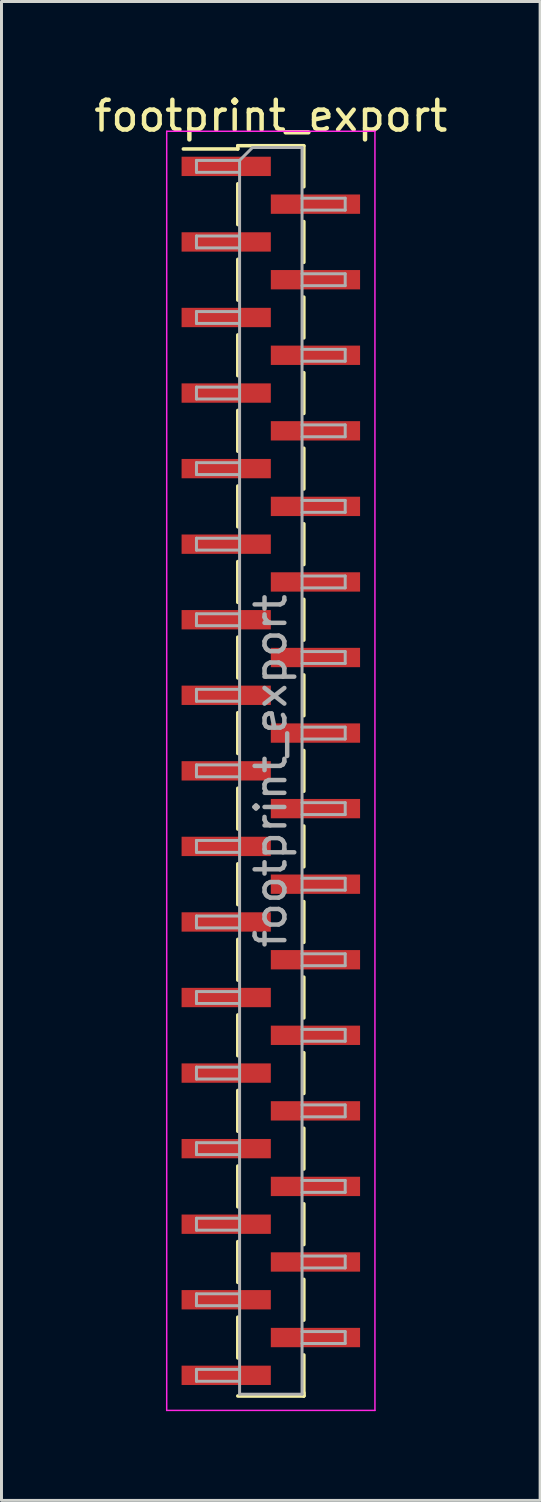
<source format=kicad_pcb>
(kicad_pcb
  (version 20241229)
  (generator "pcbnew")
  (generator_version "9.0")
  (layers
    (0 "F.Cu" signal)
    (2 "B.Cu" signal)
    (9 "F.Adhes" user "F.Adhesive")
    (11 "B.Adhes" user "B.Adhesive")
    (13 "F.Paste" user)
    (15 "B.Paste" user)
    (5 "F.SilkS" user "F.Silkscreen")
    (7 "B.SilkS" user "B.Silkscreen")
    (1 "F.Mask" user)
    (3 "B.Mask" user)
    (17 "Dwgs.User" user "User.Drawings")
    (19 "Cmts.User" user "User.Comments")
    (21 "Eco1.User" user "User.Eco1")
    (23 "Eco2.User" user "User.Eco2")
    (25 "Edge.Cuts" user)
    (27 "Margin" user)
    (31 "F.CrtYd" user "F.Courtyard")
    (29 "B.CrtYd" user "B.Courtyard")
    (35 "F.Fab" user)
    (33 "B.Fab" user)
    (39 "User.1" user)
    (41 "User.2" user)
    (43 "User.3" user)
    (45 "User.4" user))
  (footprint "footprint_export"
    (layer "F.Cu")
    (at 6.054 22.863)
    (property "Reference" "footprint_export" (at 0 -22.015 0) (layer "F.SilkS") (effects (font (size 1 1) (thickness 0.15))))
    (attr smd)
    (fp_line (start -1.11 -21.015) (end -1.11 -20.905) (stroke (width 0.12) (type solid)) (layer "F.SilkS"))
    (fp_line (start -1.11 -21.015) (end 1.11 -21.015) (stroke (width 0.12) (type solid)) (layer "F.SilkS"))
    (fp_line (start -1.11 -20.905) (end -2.94 -20.905) (stroke (width 0.12) (type solid)) (layer "F.SilkS"))
    (fp_line (start -1.11 -19.735) (end -1.11 -18.365) (stroke (width 0.12) (type solid)) (layer "F.SilkS"))
    (fp_line (start -1.11 -17.195) (end -1.11 -15.825) (stroke (width 0.12) (type solid)) (layer "F.SilkS"))
    (fp_line (start -1.11 -14.655) (end -1.11 -13.285) (stroke (width 0.12) (type solid)) (layer "F.SilkS"))
    (fp_line (start -1.11 -12.115) (end -1.11 -10.745) (stroke (width 0.12) (type solid)) (layer "F.SilkS"))
    (fp_line (start -1.11 -9.575) (end -1.11 -8.205) (stroke (width 0.12) (type solid)) (layer "F.SilkS"))
    (fp_line (start -1.11 -7.035) (end -1.11 -5.665) (stroke (width 0.12) (type solid)) (layer "F.SilkS"))
    (fp_line (start -1.11 -4.495) (end -1.11 -3.125) (stroke (width 0.12) (type solid)) (layer "F.SilkS"))
    (fp_line (start -1.11 -1.955) (end -1.11 -0.585) (stroke (width 0.12) (type solid)) (layer "F.SilkS"))
    (fp_line (start -1.11 0.585) (end -1.11 1.955) (stroke (width 0.12) (type solid)) (layer "F.SilkS"))
    (fp_line (start -1.11 3.125) (end -1.11 4.495) (stroke (width 0.12) (type solid)) (layer "F.SilkS"))
    (fp_line (start -1.11 5.665) (end -1.11 7.035) (stroke (width 0.12) (type solid)) (layer "F.SilkS"))
    (fp_line (start -1.11 8.205) (end -1.11 9.575) (stroke (width 0.12) (type solid)) (layer "F.SilkS"))
    (fp_line (start -1.11 10.745) (end -1.11 12.115) (stroke (width 0.12) (type solid)) (layer "F.SilkS"))
    (fp_line (start -1.11 13.285) (end -1.11 14.655) (stroke (width 0.12) (type solid)) (layer "F.SilkS"))
    (fp_line (start -1.11 15.825) (end -1.11 17.195) (stroke (width 0.12) (type solid)) (layer "F.SilkS"))
    (fp_line (start -1.11 18.365) (end -1.11 19.735) (stroke (width 0.12) (type solid)) (layer "F.SilkS"))
    (fp_line (start -1.11 21.015) (end 1.11 21.015) (stroke (width 0.12) (type solid)) (layer "F.SilkS"))
    (fp_line (start 1.11 -21.005) (end 1.11 -19.635) (stroke (width 0.12) (type solid)) (layer "F.SilkS"))
    (fp_line (start 1.11 -18.465) (end 1.11 -17.095) (stroke (width 0.12) (type solid)) (layer "F.SilkS"))
    (fp_line (start 1.11 -15.925) (end 1.11 -14.555) (stroke (width 0.12) (type solid)) (layer "F.SilkS"))
    (fp_line (start 1.11 -13.385) (end 1.11 -12.015) (stroke (width 0.12) (type solid)) (layer "F.SilkS"))
    (fp_line (start 1.11 -10.845) (end 1.11 -9.475) (stroke (width 0.12) (type solid)) (layer "F.SilkS"))
    (fp_line (start 1.11 -8.305) (end 1.11 -6.935) (stroke (width 0.12) (type solid)) (layer "F.SilkS"))
    (fp_line (start 1.11 -5.765) (end 1.11 -4.395) (stroke (width 0.12) (type solid)) (layer "F.SilkS"))
    (fp_line (start 1.11 -3.225) (end 1.11 -1.855) (stroke (width 0.12) (type solid)) (layer "F.SilkS"))
    (fp_line (start 1.11 -0.685) (end 1.11 0.685) (stroke (width 0.12) (type solid)) (layer "F.SilkS"))
    (fp_line (start 1.11 1.855) (end 1.11 3.225) (stroke (width 0.12) (type solid)) (layer "F.SilkS"))
    (fp_line (start 1.11 4.395) (end 1.11 5.765) (stroke (width 0.12) (type solid)) (layer "F.SilkS"))
    (fp_line (start 1.11 6.935) (end 1.11 8.305) (stroke (width 0.12) (type solid)) (layer "F.SilkS"))
    (fp_line (start 1.11 9.475) (end 1.11 10.845) (stroke (width 0.12) (type solid)) (layer "F.SilkS"))
    (fp_line (start 1.11 12.015) (end 1.11 13.385) (stroke (width 0.12) (type solid)) (layer "F.SilkS"))
    (fp_line (start 1.11 14.555) (end 1.11 15.925) (stroke (width 0.12) (type solid)) (layer "F.SilkS"))
    (fp_line (start 1.11 17.095) (end 1.11 18.465) (stroke (width 0.12) (type solid)) (layer "F.SilkS"))
    (fp_line (start 1.11 19.635) (end 1.11 21.005) (stroke (width 0.12) (type solid)) (layer "F.SilkS"))
    (fp_line (start 1.11 20.905) (end 1.11 21.015) (stroke (width 0.12) (type solid)) (layer "F.SilkS"))
    (fp_line (start -3.5 -21.5) (end -3.5 21.5) (stroke (width 0.05) (type solid)) (layer "F.CrtYd"))
    (fp_line (start -3.5 21.5) (end 3.5 21.5) (stroke (width 0.05) (type solid)) (layer "F.CrtYd"))
    (fp_line (start 3.5 -21.5) (end -3.5 -21.5) (stroke (width 0.05) (type solid)) (layer "F.CrtYd"))
    (fp_line (start 3.5 21.5) (end 3.5 -21.5) (stroke (width 0.05) (type solid)) (layer "F.CrtYd"))
    (fp_line (start -2.5 -20.52) (end -2.5 -20.12) (stroke (width 0.1) (type solid)) (layer "F.Fab"))
    (fp_line (start -2.5 -20.12) (end -1.05 -20.12) (stroke (width 0.1) (type solid)) (layer "F.Fab"))
    (fp_line (start -2.5 -17.98) (end -2.5 -17.58) (stroke (width 0.1) (type solid)) (layer "F.Fab"))
    (fp_line (start -2.5 -17.58) (end -1.05 -17.58) (stroke (width 0.1) (type solid)) (layer "F.Fab"))
    (fp_line (start -2.5 -15.44) (end -2.5 -15.04) (stroke (width 0.1) (type solid)) (layer "F.Fab"))
    (fp_line (start -2.5 -15.04) (end -1.05 -15.04) (stroke (width 0.1) (type solid)) (layer "F.Fab"))
    (fp_line (start -2.5 -12.9) (end -2.5 -12.5) (stroke (width 0.1) (type solid)) (layer "F.Fab"))
    (fp_line (start -2.5 -12.5) (end -1.05 -12.5) (stroke (width 0.1) (type solid)) (layer "F.Fab"))
    (fp_line (start -2.5 -10.36) (end -2.5 -9.96) (stroke (width 0.1) (type solid)) (layer "F.Fab"))
    (fp_line (start -2.5 -9.96) (end -1.05 -9.96) (stroke (width 0.1) (type solid)) (layer "F.Fab"))
    (fp_line (start -2.5 -7.82) (end -2.5 -7.42) (stroke (width 0.1) (type solid)) (layer "F.Fab"))
    (fp_line (start -2.5 -7.42) (end -1.05 -7.42) (stroke (width 0.1) (type solid)) (layer "F.Fab"))
    (fp_line (start -2.5 -5.28) (end -2.5 -4.88) (stroke (width 0.1) (type solid)) (layer "F.Fab"))
    (fp_line (start -2.5 -4.88) (end -1.05 -4.88) (stroke (width 0.1) (type solid)) (layer "F.Fab"))
    (fp_line (start -2.5 -2.74) (end -2.5 -2.34) (stroke (width 0.1) (type solid)) (layer "F.Fab"))
    (fp_line (start -2.5 -2.34) (end -1.05 -2.34) (stroke (width 0.1) (type solid)) (layer "F.Fab"))
    (fp_line (start -2.5 -0.2) (end -2.5 0.2) (stroke (width 0.1) (type solid)) (layer "F.Fab"))
    (fp_line (start -2.5 0.2) (end -1.05 0.2) (stroke (width 0.1) (type solid)) (layer "F.Fab"))
    (fp_line (start -2.5 2.34) (end -2.5 2.74) (stroke (width 0.1) (type solid)) (layer "F.Fab"))
    (fp_line (start -2.5 2.74) (end -1.05 2.74) (stroke (width 0.1) (type solid)) (layer "F.Fab"))
    (fp_line (start -2.5 4.88) (end -2.5 5.28) (stroke (width 0.1) (type solid)) (layer "F.Fab"))
    (fp_line (start -2.5 5.28) (end -1.05 5.28) (stroke (width 0.1) (type solid)) (layer "F.Fab"))
    (fp_line (start -2.5 7.42) (end -2.5 7.82) (stroke (width 0.1) (type solid)) (layer "F.Fab"))
    (fp_line (start -2.5 7.82) (end -1.05 7.82) (stroke (width 0.1) (type solid)) (layer "F.Fab"))
    (fp_line (start -2.5 9.96) (end -2.5 10.36) (stroke (width 0.1) (type solid)) (layer "F.Fab"))
    (fp_line (start -2.5 10.36) (end -1.05 10.36) (stroke (width 0.1) (type solid)) (layer "F.Fab"))
    (fp_line (start -2.5 12.5) (end -2.5 12.9) (stroke (width 0.1) (type solid)) (layer "F.Fab"))
    (fp_line (start -2.5 12.9) (end -1.05 12.9) (stroke (width 0.1) (type solid)) (layer "F.Fab"))
    (fp_line (start -2.5 15.04) (end -2.5 15.44) (stroke (width 0.1) (type solid)) (layer "F.Fab"))
    (fp_line (start -2.5 15.44) (end -1.05 15.44) (stroke (width 0.1) (type solid)) (layer "F.Fab"))
    (fp_line (start -2.5 17.58) (end -2.5 17.98) (stroke (width 0.1) (type solid)) (layer "F.Fab"))
    (fp_line (start -2.5 17.98) (end -1.05 17.98) (stroke (width 0.1) (type solid)) (layer "F.Fab"))
    (fp_line (start -2.5 20.12) (end -2.5 20.52) (stroke (width 0.1) (type solid)) (layer "F.Fab"))
    (fp_line (start -2.5 20.52) (end -1.05 20.52) (stroke (width 0.1) (type solid)) (layer "F.Fab"))
    (fp_line (start -1.05 -20.52) (end -2.5 -20.52) (stroke (width 0.1) (type solid)) (layer "F.Fab"))
    (fp_line (start -1.05 -20.52) (end -0.615 -20.955) (stroke (width 0.1) (type solid)) (layer "F.Fab"))
    (fp_line (start -1.05 -17.98) (end -2.5 -17.98) (stroke (width 0.1) (type solid)) (layer "F.Fab"))
    (fp_line (start -1.05 -15.44) (end -2.5 -15.44) (stroke (width 0.1) (type solid)) (layer "F.Fab"))
    (fp_line (start -1.05 -12.9) (end -2.5 -12.9) (stroke (width 0.1) (type solid)) (layer "F.Fab"))
    (fp_line (start -1.05 -10.36) (end -2.5 -10.36) (stroke (width 0.1) (type solid)) (layer "F.Fab"))
    (fp_line (start -1.05 -7.82) (end -2.5 -7.82) (stroke (width 0.1) (type solid)) (layer "F.Fab"))
    (fp_line (start -1.05 -5.28) (end -2.5 -5.28) (stroke (width 0.1) (type solid)) (layer "F.Fab"))
    (fp_line (start -1.05 -2.74) (end -2.5 -2.74) (stroke (width 0.1) (type solid)) (layer "F.Fab"))
    (fp_line (start -1.05 -0.2) (end -2.5 -0.2) (stroke (width 0.1) (type solid)) (layer "F.Fab"))
    (fp_line (start -1.05 2.34) (end -2.5 2.34) (stroke (width 0.1) (type solid)) (layer "F.Fab"))
    (fp_line (start -1.05 4.88) (end -2.5 4.88) (stroke (width 0.1) (type solid)) (layer "F.Fab"))
    (fp_line (start -1.05 7.42) (end -2.5 7.42) (stroke (width 0.1) (type solid)) (layer "F.Fab"))
    (fp_line (start -1.05 9.96) (end -2.5 9.96) (stroke (width 0.1) (type solid)) (layer "F.Fab"))
    (fp_line (start -1.05 12.5) (end -2.5 12.5) (stroke (width 0.1) (type solid)) (layer "F.Fab"))
    (fp_line (start -1.05 15.04) (end -2.5 15.04) (stroke (width 0.1) (type solid)) (layer "F.Fab"))
    (fp_line (start -1.05 17.58) (end -2.5 17.58) (stroke (width 0.1) (type solid)) (layer "F.Fab"))
    (fp_line (start -1.05 20.12) (end -2.5 20.12) (stroke (width 0.1) (type solid)) (layer "F.Fab"))
    (fp_line (start -1.05 20.955) (end -1.05 -20.52) (stroke (width 0.1) (type solid)) (layer "F.Fab"))
    (fp_line (start -0.615 -20.955) (end 1.05 -20.955) (stroke (width 0.1) (type solid)) (layer "F.Fab"))
    (fp_line (start 1.05 -20.955) (end 1.05 20.955) (stroke (width 0.1) (type solid)) (layer "F.Fab"))
    (fp_line (start 1.05 -19.25) (end 2.5 -19.25) (stroke (width 0.1) (type solid)) (layer "F.Fab"))
    (fp_line (start 1.05 -16.71) (end 2.5 -16.71) (stroke (width 0.1) (type solid)) (layer "F.Fab"))
    (fp_line (start 1.05 -14.17) (end 2.5 -14.17) (stroke (width 0.1) (type solid)) (layer "F.Fab"))
    (fp_line (start 1.05 -11.63) (end 2.5 -11.63) (stroke (width 0.1) (type solid)) (layer "F.Fab"))
    (fp_line (start 1.05 -9.09) (end 2.5 -9.09) (stroke (width 0.1) (type solid)) (layer "F.Fab"))
    (fp_line (start 1.05 -6.55) (end 2.5 -6.55) (stroke (width 0.1) (type solid)) (layer "F.Fab"))
    (fp_line (start 1.05 -4.01) (end 2.5 -4.01) (stroke (width 0.1) (type solid)) (layer "F.Fab"))
    (fp_line (start 1.05 -1.47) (end 2.5 -1.47) (stroke (width 0.1) (type solid)) (layer "F.Fab"))
    (fp_line (start 1.05 1.07) (end 2.5 1.07) (stroke (width 0.1) (type solid)) (layer "F.Fab"))
    (fp_line (start 1.05 3.61) (end 2.5 3.61) (stroke (width 0.1) (type solid)) (layer "F.Fab"))
    (fp_line (start 1.05 6.15) (end 2.5 6.15) (stroke (width 0.1) (type solid)) (layer "F.Fab"))
    (fp_line (start 1.05 8.69) (end 2.5 8.69) (stroke (width 0.1) (type solid)) (layer "F.Fab"))
    (fp_line (start 1.05 11.23) (end 2.5 11.23) (stroke (width 0.1) (type solid)) (layer "F.Fab"))
    (fp_line (start 1.05 13.77) (end 2.5 13.77) (stroke (width 0.1) (type solid)) (layer "F.Fab"))
    (fp_line (start 1.05 16.31) (end 2.5 16.31) (stroke (width 0.1) (type solid)) (layer "F.Fab"))
    (fp_line (start 1.05 18.85) (end 2.5 18.85) (stroke (width 0.1) (type solid)) (layer "F.Fab"))
    (fp_line (start 1.05 20.955) (end -1.05 20.955) (stroke (width 0.1) (type solid)) (layer "F.Fab"))
    (fp_line (start 2.5 -19.25) (end 2.5 -18.85) (stroke (width 0.1) (type solid)) (layer "F.Fab"))
    (fp_line (start 2.5 -18.85) (end 1.05 -18.85) (stroke (width 0.1) (type solid)) (layer "F.Fab"))
    (fp_line (start 2.5 -16.71) (end 2.5 -16.31) (stroke (width 0.1) (type solid)) (layer "F.Fab"))
    (fp_line (start 2.5 -16.31) (end 1.05 -16.31) (stroke (width 0.1) (type solid)) (layer "F.Fab"))
    (fp_line (start 2.5 -14.17) (end 2.5 -13.77) (stroke (width 0.1) (type solid)) (layer "F.Fab"))
    (fp_line (start 2.5 -13.77) (end 1.05 -13.77) (stroke (width 0.1) (type solid)) (layer "F.Fab"))
    (fp_line (start 2.5 -11.63) (end 2.5 -11.23) (stroke (width 0.1) (type solid)) (layer "F.Fab"))
    (fp_line (start 2.5 -11.23) (end 1.05 -11.23) (stroke (width 0.1) (type solid)) (layer "F.Fab"))
    (fp_line (start 2.5 -9.09) (end 2.5 -8.69) (stroke (width 0.1) (type solid)) (layer "F.Fab"))
    (fp_line (start 2.5 -8.69) (end 1.05 -8.69) (stroke (width 0.1) (type solid)) (layer "F.Fab"))
    (fp_line (start 2.5 -6.55) (end 2.5 -6.15) (stroke (width 0.1) (type solid)) (layer "F.Fab"))
    (fp_line (start 2.5 -6.15) (end 1.05 -6.15) (stroke (width 0.1) (type solid)) (layer "F.Fab"))
    (fp_line (start 2.5 -4.01) (end 2.5 -3.61) (stroke (width 0.1) (type solid)) (layer "F.Fab"))
    (fp_line (start 2.5 -3.61) (end 1.05 -3.61) (stroke (width 0.1) (type solid)) (layer "F.Fab"))
    (fp_line (start 2.5 -1.47) (end 2.5 -1.07) (stroke (width 0.1) (type solid)) (layer "F.Fab"))
    (fp_line (start 2.5 -1.07) (end 1.05 -1.07) (stroke (width 0.1) (type solid)) (layer "F.Fab"))
    (fp_line (start 2.5 1.07) (end 2.5 1.47) (stroke (width 0.1) (type solid)) (layer "F.Fab"))
    (fp_line (start 2.5 1.47) (end 1.05 1.47) (stroke (width 0.1) (type solid)) (layer "F.Fab"))
    (fp_line (start 2.5 3.61) (end 2.5 4.01) (stroke (width 0.1) (type solid)) (layer "F.Fab"))
    (fp_line (start 2.5 4.01) (end 1.05 4.01) (stroke (width 0.1) (type solid)) (layer "F.Fab"))
    (fp_line (start 2.5 6.15) (end 2.5 6.55) (stroke (width 0.1) (type solid)) (layer "F.Fab"))
    (fp_line (start 2.5 6.55) (end 1.05 6.55) (stroke (width 0.1) (type solid)) (layer "F.Fab"))
    (fp_line (start 2.5 8.69) (end 2.5 9.09) (stroke (width 0.1) (type solid)) (layer "F.Fab"))
    (fp_line (start 2.5 9.09) (end 1.05 9.09) (stroke (width 0.1) (type solid)) (layer "F.Fab"))
    (fp_line (start 2.5 11.23) (end 2.5 11.63) (stroke (width 0.1) (type solid)) (layer "F.Fab"))
    (fp_line (start 2.5 11.63) (end 1.05 11.63) (stroke (width 0.1) (type solid)) (layer "F.Fab"))
    (fp_line (start 2.5 13.77) (end 2.5 14.17) (stroke (width 0.1) (type solid)) (layer "F.Fab"))
    (fp_line (start 2.5 14.17) (end 1.05 14.17) (stroke (width 0.1) (type solid)) (layer "F.Fab"))
    (fp_line (start 2.5 16.31) (end 2.5 16.71) (stroke (width 0.1) (type solid)) (layer "F.Fab"))
    (fp_line (start 2.5 16.71) (end 1.05 16.71) (stroke (width 0.1) (type solid)) (layer "F.Fab"))
    (fp_line (start 2.5 18.85) (end 2.5 19.25) (stroke (width 0.1) (type solid)) (layer "F.Fab"))
    (fp_line (start 2.5 19.25) (end 1.05 19.25) (stroke (width 0.1) (type solid)) (layer "F.Fab"))
    (fp_text user "${REFERENCE}" (at 0 0 90) (layer "F.Fab") (effects (font (size 1 1) (thickness 0.15))))
    (pad "1" smd rect (at -1.5 -20.32) (size 3 0.65) (layers "F.Cu" "F.Mask" "F.Paste"))
    (pad "2" smd rect (at 1.5 -19.05) (size 3 0.65) (layers "F.Cu" "F.Mask" "F.Paste"))
    (pad "3" smd rect (at -1.5 -17.78) (size 3 0.65) (layers "F.Cu" "F.Mask" "F.Paste"))
    (pad "4" smd rect (at 1.5 -16.51) (size 3 0.65) (layers "F.Cu" "F.Mask" "F.Paste"))
    (pad "5" smd rect (at -1.5 -15.24) (size 3 0.65) (layers "F.Cu" "F.Mask" "F.Paste"))
    (pad "6" smd rect (at 1.5 -13.97) (size 3 0.65) (layers "F.Cu" "F.Mask" "F.Paste"))
    (pad "7" smd rect (at -1.5 -12.7) (size 3 0.65) (layers "F.Cu" "F.Mask" "F.Paste"))
    (pad "8" smd rect (at 1.5 -11.43) (size 3 0.65) (layers "F.Cu" "F.Mask" "F.Paste"))
    (pad "9" smd rect (at -1.5 -10.16) (size 3 0.65) (layers "F.Cu" "F.Mask" "F.Paste"))
    (pad "10" smd rect (at 1.5 -8.89) (size 3 0.65) (layers "F.Cu" "F.Mask" "F.Paste"))
    (pad "11" smd rect (at -1.5 -7.62) (size 3 0.65) (layers "F.Cu" "F.Mask" "F.Paste"))
    (pad "12" smd rect (at 1.5 -6.35) (size 3 0.65) (layers "F.Cu" "F.Mask" "F.Paste"))
    (pad "13" smd rect (at -1.5 -5.08) (size 3 0.65) (layers "F.Cu" "F.Mask" "F.Paste"))
    (pad "14" smd rect (at 1.5 -3.81) (size 3 0.65) (layers "F.Cu" "F.Mask" "F.Paste"))
    (pad "15" smd rect (at -1.5 -2.54) (size 3 0.65) (layers "F.Cu" "F.Mask" "F.Paste"))
    (pad "16" smd rect (at 1.5 -1.27) (size 3 0.65) (layers "F.Cu" "F.Mask" "F.Paste"))
    (pad "17" smd rect (at -1.5 0) (size 3 0.65) (layers "F.Cu" "F.Mask" "F.Paste"))
    (pad "18" smd rect (at 1.5 1.27) (size 3 0.65) (layers "F.Cu" "F.Mask" "F.Paste"))
    (pad "19" smd rect (at -1.5 2.54) (size 3 0.65) (layers "F.Cu" "F.Mask" "F.Paste"))
    (pad "20" smd rect (at 1.5 3.81) (size 3 0.65) (layers "F.Cu" "F.Mask" "F.Paste"))
    (pad "21" smd rect (at -1.5 5.08) (size 3 0.65) (layers "F.Cu" "F.Mask" "F.Paste"))
    (pad "22" smd rect (at 1.5 6.35) (size 3 0.65) (layers "F.Cu" "F.Mask" "F.Paste"))
    (pad "23" smd rect (at -1.5 7.62) (size 3 0.65) (layers "F.Cu" "F.Mask" "F.Paste"))
    (pad "24" smd rect (at 1.5 8.89) (size 3 0.65) (layers "F.Cu" "F.Mask" "F.Paste"))
    (pad "25" smd rect (at -1.5 10.16) (size 3 0.65) (layers "F.Cu" "F.Mask" "F.Paste"))
    (pad "26" smd rect (at 1.5 11.43) (size 3 0.65) (layers "F.Cu" "F.Mask" "F.Paste"))
    (pad "27" smd rect (at -1.5 12.7) (size 3 0.65) (layers "F.Cu" "F.Mask" "F.Paste"))
    (pad "28" smd rect (at 1.5 13.97) (size 3 0.65) (layers "F.Cu" "F.Mask" "F.Paste"))
    (pad "29" smd rect (at -1.5 15.24) (size 3 0.65) (layers "F.Cu" "F.Mask" "F.Paste"))
    (pad "30" smd rect (at 1.5 16.51) (size 3 0.65) (layers "F.Cu" "F.Mask" "F.Paste"))
    (pad "31" smd rect (at -1.5 17.78) (size 3 0.65) (layers "F.Cu" "F.Mask" "F.Paste"))
    (pad "32" smd rect (at 1.5 19.05) (size 3 0.65) (layers "F.Cu" "F.Mask" "F.Paste"))
    (pad "33" smd rect (at -1.5 20.32) (size 3 0.65) (layers "F.Cu" "F.Mask" "F.Paste")))
  (gr_rect
    (start -3 -3)
    (end 15.107 47.388)
    (stroke (width 0.1) (type default))
    (fill no)
    (layer "Edge.Cuts")))
</source>
